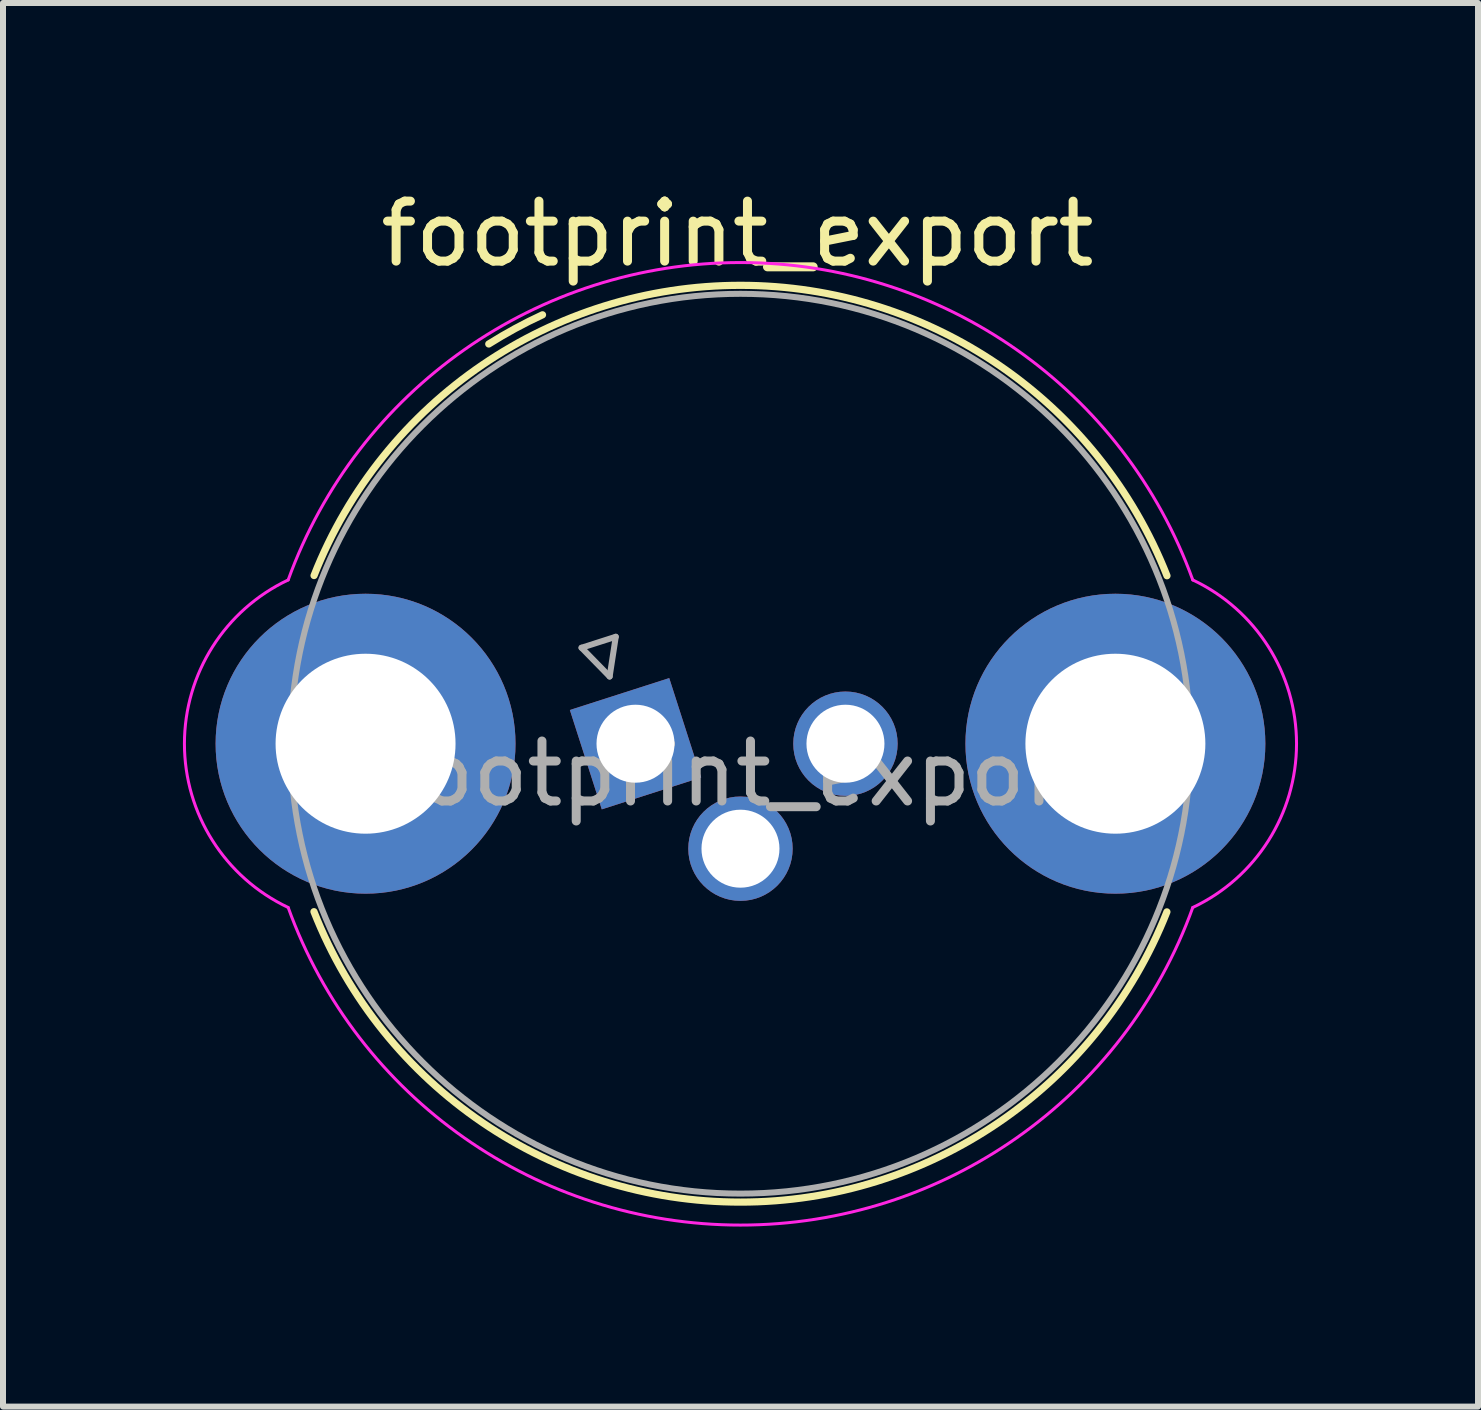
<source format=kicad_pcb>
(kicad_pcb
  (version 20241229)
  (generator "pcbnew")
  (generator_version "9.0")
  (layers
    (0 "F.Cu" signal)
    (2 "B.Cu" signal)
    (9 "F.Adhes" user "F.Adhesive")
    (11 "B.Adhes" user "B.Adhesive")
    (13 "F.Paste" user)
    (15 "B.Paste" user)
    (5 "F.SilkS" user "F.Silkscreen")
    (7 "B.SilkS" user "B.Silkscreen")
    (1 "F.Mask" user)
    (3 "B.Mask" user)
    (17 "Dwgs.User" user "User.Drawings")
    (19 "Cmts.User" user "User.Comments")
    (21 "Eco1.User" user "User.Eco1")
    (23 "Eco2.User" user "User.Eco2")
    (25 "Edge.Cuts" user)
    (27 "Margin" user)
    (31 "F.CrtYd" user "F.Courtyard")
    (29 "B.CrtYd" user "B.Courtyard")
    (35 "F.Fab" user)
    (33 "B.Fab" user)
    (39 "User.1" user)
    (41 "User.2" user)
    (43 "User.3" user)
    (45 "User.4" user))
  (footprint "footprint_export"
    (layer "F.Cu")
    (at 7.544 9.348)
    (property "Reference" "footprint_export" (at 1.7 -8.5 0) (layer "F.SilkS") (effects (font (size 1 1) (thickness 0.15))))
    (attr through_hole)
    (fp_arc (start -5.358655 -2.803412) (mid 1.751834 -7.641472) (end 8.86 -2.8) (stroke (width 0.12) (type default)) (layer "F.SilkS"))
    (fp_arc (start -2.446063 -6.663748) (mid -2.005908 -6.921388) (end -1.55 -7.149999) (stroke (width 0.12) (type default)) (layer "F.SilkS"))
    (fp_arc (start 8.858655 2.803413) (mid 1.748166 7.641472) (end -5.36 2.8) (stroke (width 0.12) (type default)) (layer "F.SilkS"))
    (fp_arc (start -5.79 -2.73) (mid 1.75 -8.021096) (end 9.29 -2.73) (stroke (width 0.05) (type default)) (layer "F.CrtYd"))
    (fp_arc (start -5.79 2.73) (mid -7.519436 0) (end -5.79 -2.73) (stroke (width 0.05) (type default)) (layer "F.CrtYd"))
    (fp_arc (start 9.29 -2.73) (mid 11.019437 0) (end 9.29 2.73) (stroke (width 0.05) (type default)) (layer "F.CrtYd"))
    (fp_arc (start 9.29 2.73) (mid 1.75 8.02452) (end -5.79 2.73) (stroke (width 0.05) (type default)) (layer "F.CrtYd"))
    (fp_line (start -0.9 -1.6) (end -0.431 -1.12) (stroke (width 0.1) (type solid)) (layer "F.Fab"))
    (fp_line (start -0.431 -1.12) (end -0.329 -1.783) (stroke (width 0.1) (type solid)) (layer "F.Fab"))
    (fp_line (start -0.329 -1.783) (end -0.9 -1.6) (stroke (width 0.1) (type solid)) (layer "F.Fab"))
    (fp_circle (center 1.75 0) (end 9.25 0) (stroke (width 0.1) (type default)) (fill no) (layer "F.Fab"))
    (fp_text user "${REFERENCE}" (at 1.75 0.5 0) (layer "F.Fab") (effects (font (size 1 1) (thickness 0.15))))
    (pad "1" thru_hole rect (at 0 0 17.8) (size 1.74 1.74) (drill 1.3) (layers "*.Cu" "*.Mask"))
    (pad "3" thru_hole circle (at 3.5 0 180) (size 1.74 1.74) (drill 1.3) (layers "*.Cu" "*.Mask"))
    (pad "4" thru_hole circle (at 1.75 1.75 180) (size 1.74 1.74) (drill 1.3) (layers "*.Cu" "*.Mask"))
    (pad "SH" thru_hole circle (at -4.5 0 180) (size 5 5) (drill 3) (layers "*.Cu" "*.Mask"))
    (pad "SH" thru_hole circle (at 8 0 180) (size 5 5) (drill 3) (layers "*.Cu" "*.Mask")))
  (gr_rect
    (start -3 -3)
    (end 21.589 20.398)
    (stroke (width 0.1) (type default))
    (fill no)
    (layer "Edge.Cuts")))
</source>
